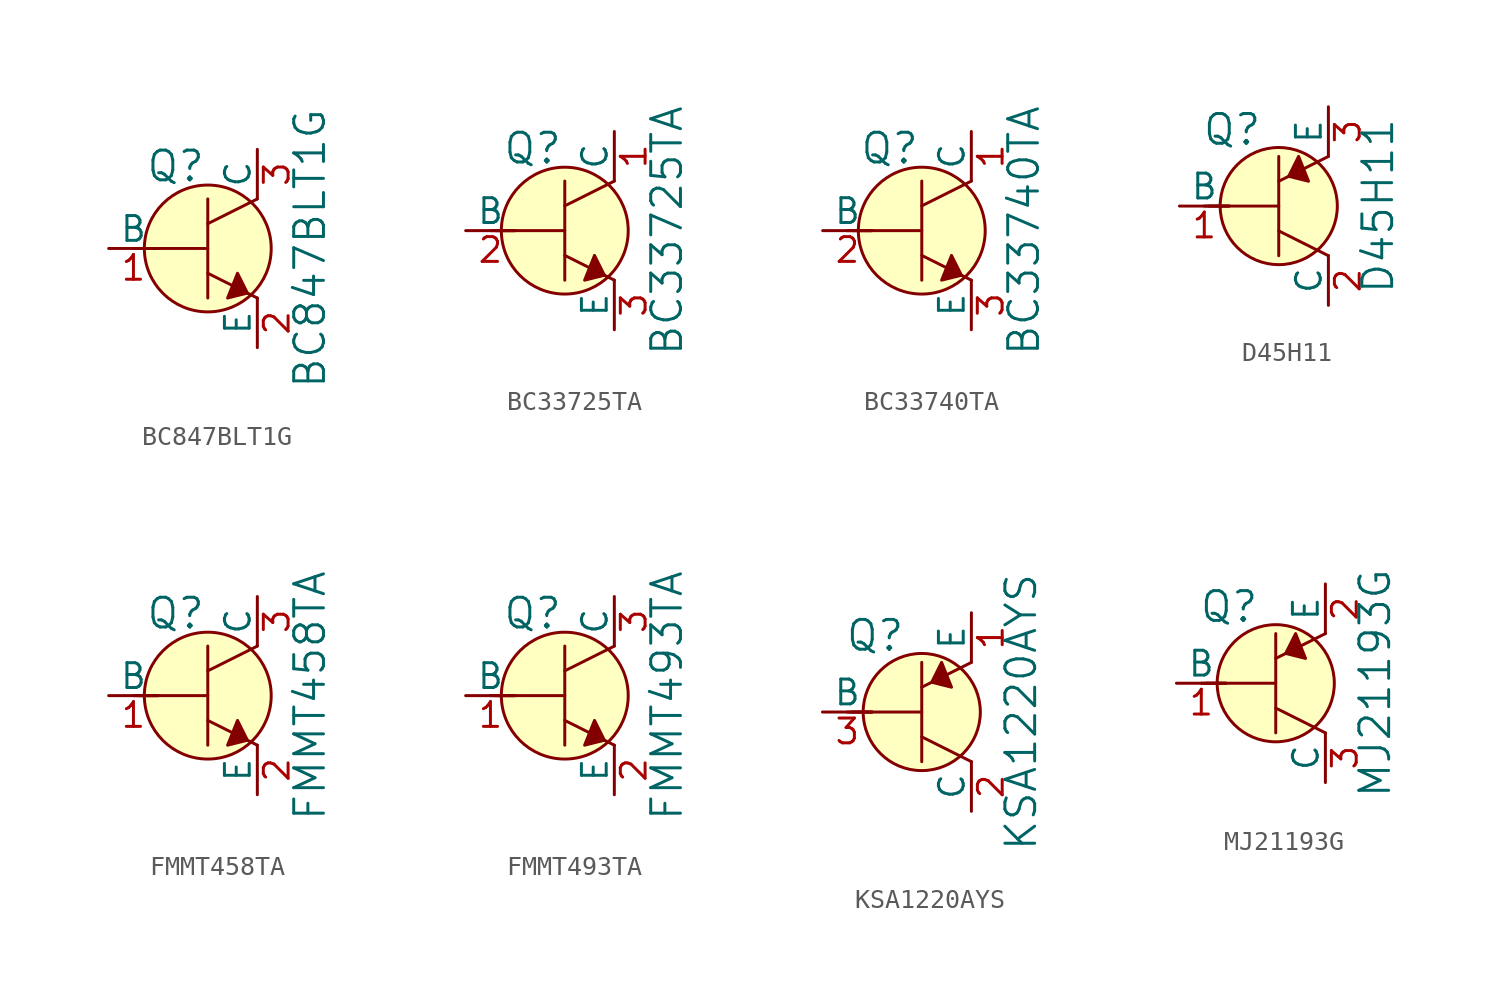
<source format=kicad_sym>
(kicad_symbol_lib
  (version 20220914)
  (generator kicad_symbol_editor)
  (symbol "BC847BLT1G"
    (pin_names
      (offset 0))
    (property "Reference" "Q"
      (at -3.2 4.216 0)
      (effects (font (size 1.524 1.524)) (justify left)))
    (property "Value" "BC847BLT1G"
      (at 5.232 0 90)
      (effects (font (size 1.524 1.524))))
    (symbol "BC847BLT1G_0_1"
      (polyline (pts (xy -3.81 0) (xy -2.54 0)) (stroke (width 0) (type solid)) (fill (type none)))
      (polyline (pts (xy -3.556 0) (xy 0 0)) (stroke (width 0) (type solid)) (fill (type none)))
      (polyline (pts (xy 0 -1.27) (xy 2.54 -2.54)) (stroke (width 0) (type solid)) (fill (type none)))
      (polyline (pts (xy 0 1.27) (xy 2.54 2.54)) (stroke (width 0) (type solid)) (fill (type none)))
      (polyline (pts (xy 0 2.54) (xy 0 -2.54)) (stroke (width 0) (type solid)) (fill (type none)))
      (polyline (pts (xy 1.524 -1.27) (xy 2.032 -2.286) (xy 1.016 -2.54) (xy 1.524 -1.27)) (stroke (width 0) (type solid)) (fill (type outline)))
      (circle (center 0 0) (radius 3.251) (stroke (width 0) (type solid)) (fill (type background))))
    (symbol "BC847BLT1G_1_1"
      (pin input line (at -5.08 0 0) (length 2.54) (name "B" (effects (font (size 1.27 1.27)))) (number "1" (effects (font (size 1.27 1.27)))))
      (pin passive line (at 2.54 -5.08 90) (length 2.54) (name "E" (effects (font (size 1.27 1.27)))) (number "2" (effects (font (size 1.27 1.27)))))
      (pin passive line (at 2.54 5.08 270) (length 2.54) (name "C" (effects (font (size 1.27 1.27)))) (number "3" (effects (font (size 1.27 1.27)))))))
  (symbol "BC33725TA"
    (pin_names
      (offset 0))
    (property "Reference" "Q"
      (at -3.2 4.216 0)
      (effects (font (size 1.524 1.524)) (justify left)))
    (property "Value" "BC33725TA"
      (at 5.232 0 90)
      (effects (font (size 1.524 1.524))))
    (symbol "BC33725TA_0_1"
      (polyline (pts (xy -3.81 0) (xy -2.54 0)) (stroke (width 0) (type solid)) (fill (type none)))
      (polyline (pts (xy -3.556 0) (xy 0 0)) (stroke (width 0) (type solid)) (fill (type none)))
      (polyline (pts (xy 0 -1.27) (xy 2.54 -2.54)) (stroke (width 0) (type solid)) (fill (type none)))
      (polyline (pts (xy 0 1.27) (xy 2.54 2.54)) (stroke (width 0) (type solid)) (fill (type none)))
      (polyline (pts (xy 0 2.54) (xy 0 -2.54)) (stroke (width 0) (type solid)) (fill (type none)))
      (polyline (pts (xy 1.524 -1.27) (xy 2.032 -2.286) (xy 1.016 -2.54) (xy 1.524 -1.27)) (stroke (width 0) (type solid)) (fill (type outline)))
      (circle (center 0 0) (radius 3.251) (stroke (width 0) (type solid)) (fill (type background))))
    (symbol "BC33725TA_1_1"
      (pin passive line (at 2.54 5.08 270) (length 2.54) (name "C" (effects (font (size 1.27 1.27)))) (number "1" (effects (font (size 1.27 1.27)))))
      (pin input line (at -5.08 0 0) (length 2.54) (name "B" (effects (font (size 1.27 1.27)))) (number "2" (effects (font (size 1.27 1.27)))))
      (pin passive line (at 2.54 -5.08 90) (length 2.54) (name "E" (effects (font (size 1.27 1.27)))) (number "3" (effects (font (size 1.27 1.27)))))))
  (symbol "BC33740TA"
    (pin_names
      (offset 0))
    (property "Reference" "Q"
      (at -3.2 4.216 0)
      (effects (font (size 1.524 1.524)) (justify left)))
    (property "Value" "BC33740TA"
      (at 5.232 0 90)
      (effects (font (size 1.524 1.524))))
    (symbol "BC33740TA_0_1"
      (polyline (pts (xy -3.81 0) (xy -2.54 0)) (stroke (width 0) (type solid)) (fill (type none)))
      (polyline (pts (xy -3.556 0) (xy 0 0)) (stroke (width 0) (type solid)) (fill (type none)))
      (polyline (pts (xy 0 -1.27) (xy 2.54 -2.54)) (stroke (width 0) (type solid)) (fill (type none)))
      (polyline (pts (xy 0 1.27) (xy 2.54 2.54)) (stroke (width 0) (type solid)) (fill (type none)))
      (polyline (pts (xy 0 2.54) (xy 0 -2.54)) (stroke (width 0) (type solid)) (fill (type none)))
      (polyline (pts (xy 1.524 -1.27) (xy 2.032 -2.286) (xy 1.016 -2.54) (xy 1.524 -1.27)) (stroke (width 0) (type solid)) (fill (type outline)))
      (circle (center 0 0) (radius 3.251) (stroke (width 0) (type solid)) (fill (type background))))
    (symbol "BC33740TA_1_1"
      (pin passive line (at 2.54 5.08 270) (length 2.54) (name "C" (effects (font (size 1.27 1.27)))) (number "1" (effects (font (size 1.27 1.27)))))
      (pin input line (at -5.08 0 0) (length 2.54) (name "B" (effects (font (size 1.27 1.27)))) (number "2" (effects (font (size 1.27 1.27)))))
      (pin passive line (at 2.54 -5.08 90) (length 2.54) (name "E" (effects (font (size 1.27 1.27)))) (number "3" (effects (font (size 1.27 1.27)))))))
  (symbol "D45H11"
    (pin_names
      (offset 0))
    (property "Reference" "Q"
      (at -2.388 3.912 0)
      (effects (font (size 1.524 1.524))))
    (property "Value" "D45H11"
      (at 5.08 0 90)
      (effects (font (size 1.524 1.524))))
    (symbol "D45H11_0_1"
      (polyline (pts (xy -3.81 0) (xy -2.54 0)) (stroke (width 0) (type solid)) (fill (type none)))
      (polyline (pts (xy -3.556 0) (xy 0 0)) (stroke (width 0) (type solid)) (fill (type none)))
      (polyline (pts (xy 0 -1.27) (xy 2.54 -2.54)) (stroke (width 0) (type solid)) (fill (type none)))
      (polyline (pts (xy 0 1.27) (xy 2.54 2.54)) (stroke (width 0) (type solid)) (fill (type none)))
      (polyline (pts (xy 0 2.54) (xy 0 -2.54)) (stroke (width 0) (type solid)) (fill (type none)))
      (polyline (pts (xy 1.016 2.54) (xy 0.508 1.524) (xy 1.524 1.27) (xy 1.016 2.54)) (stroke (width 0) (type solid)) (fill (type outline)))
      (circle (center 0 0) (radius 2.997) (stroke (width 0) (type solid)) (fill (type background))))
    (symbol "D45H11_1_1"
      (pin input line (at -5.08 0 0) (length 2.54) (name "B" (effects (font (size 1.27 1.27)))) (number "1" (effects (font (size 1.27 1.27)))))
      (pin passive line (at 2.54 -5.08 90) (length 2.54) (name "C" (effects (font (size 1.27 1.27)))) (number "2" (effects (font (size 1.27 1.27)))))
      (pin passive line (at 2.54 5.08 270) (length 2.54) (name "E" (effects (font (size 1.27 1.27)))) (number "3" (effects (font (size 1.27 1.27)))))))
  (symbol "FMMT458TA"
    (pin_names
      (offset 0))
    (property "Reference" "Q"
      (at -3.2 4.216 0)
      (effects (font (size 1.524 1.524)) (justify left)))
    (property "Value" "FMMT458TA"
      (at 5.232 0 90)
      (effects (font (size 1.524 1.524))))
    (symbol "FMMT458TA_0_1"
      (polyline (pts (xy -3.81 0) (xy -2.54 0)) (stroke (width 0) (type solid)) (fill (type none)))
      (polyline (pts (xy -3.556 0) (xy 0 0)) (stroke (width 0) (type solid)) (fill (type none)))
      (polyline (pts (xy 0 -1.27) (xy 2.54 -2.54)) (stroke (width 0) (type solid)) (fill (type none)))
      (polyline (pts (xy 0 1.27) (xy 2.54 2.54)) (stroke (width 0) (type solid)) (fill (type none)))
      (polyline (pts (xy 0 2.54) (xy 0 -2.54)) (stroke (width 0) (type solid)) (fill (type none)))
      (polyline (pts (xy 1.524 -1.27) (xy 2.032 -2.286) (xy 1.016 -2.54) (xy 1.524 -1.27)) (stroke (width 0) (type solid)) (fill (type outline)))
      (circle (center 0 0) (radius 3.251) (stroke (width 0) (type solid)) (fill (type background))))
    (symbol "FMMT458TA_1_1"
      (pin input line (at -5.08 0 0) (length 2.54) (name "B" (effects (font (size 1.27 1.27)))) (number "1" (effects (font (size 1.27 1.27)))))
      (pin passive line (at 2.54 -5.08 90) (length 2.54) (name "E" (effects (font (size 1.27 1.27)))) (number "2" (effects (font (size 1.27 1.27)))))
      (pin passive line (at 2.54 5.08 270) (length 2.54) (name "C" (effects (font (size 1.27 1.27)))) (number "3" (effects (font (size 1.27 1.27)))))))
  (symbol "FMMT493TA"
    (pin_names
      (offset 0))
    (property "Reference" "Q"
      (at -3.2 4.216 0)
      (effects (font (size 1.524 1.524)) (justify left)))
    (property "Value" "FMMT493TA"
      (at 5.232 0 90)
      (effects (font (size 1.524 1.524))))
    (symbol "FMMT493TA_0_1"
      (polyline (pts (xy -3.81 0) (xy -2.54 0)) (stroke (width 0) (type solid)) (fill (type none)))
      (polyline (pts (xy -3.556 0) (xy 0 0)) (stroke (width 0) (type solid)) (fill (type none)))
      (polyline (pts (xy 0 -1.27) (xy 2.54 -2.54)) (stroke (width 0) (type solid)) (fill (type none)))
      (polyline (pts (xy 0 1.27) (xy 2.54 2.54)) (stroke (width 0) (type solid)) (fill (type none)))
      (polyline (pts (xy 0 2.54) (xy 0 -2.54)) (stroke (width 0) (type solid)) (fill (type none)))
      (polyline (pts (xy 1.524 -1.27) (xy 2.032 -2.286) (xy 1.016 -2.54) (xy 1.524 -1.27)) (stroke (width 0) (type solid)) (fill (type outline)))
      (circle (center 0 0) (radius 3.251) (stroke (width 0) (type solid)) (fill (type background))))
    (symbol "FMMT493TA_1_1"
      (pin input line (at -5.08 0 0) (length 2.54) (name "B" (effects (font (size 1.27 1.27)))) (number "1" (effects (font (size 1.27 1.27)))))
      (pin passive line (at 2.54 -5.08 90) (length 2.54) (name "E" (effects (font (size 1.27 1.27)))) (number "2" (effects (font (size 1.27 1.27)))))
      (pin passive line (at 2.54 5.08 270) (length 2.54) (name "C" (effects (font (size 1.27 1.27)))) (number "3" (effects (font (size 1.27 1.27)))))))
  (symbol "KSA1220AYS"
    (pin_names
      (offset 0))
    (property "Reference" "Q"
      (at -2.388 3.912 0)
      (effects (font (size 1.524 1.524))))
    (property "Value" "KSA1220AYS"
      (at 5.08 0 90)
      (effects (font (size 1.524 1.524))))
    (symbol "KSA1220AYS_0_1"
      (polyline (pts (xy -3.81 0) (xy -2.54 0)) (stroke (width 0) (type solid)) (fill (type none)))
      (polyline (pts (xy -3.556 0) (xy 0 0)) (stroke (width 0) (type solid)) (fill (type none)))
      (polyline (pts (xy 0 -1.27) (xy 2.54 -2.54)) (stroke (width 0) (type solid)) (fill (type none)))
      (polyline (pts (xy 0 1.27) (xy 2.54 2.54)) (stroke (width 0) (type solid)) (fill (type none)))
      (polyline (pts (xy 0 2.54) (xy 0 -2.54)) (stroke (width 0) (type solid)) (fill (type none)))
      (polyline (pts (xy 1.016 2.54) (xy 0.508 1.524) (xy 1.524 1.27) (xy 1.016 2.54)) (stroke (width 0) (type solid)) (fill (type outline)))
      (circle (center 0 0) (radius 2.997) (stroke (width 0) (type solid)) (fill (type background))))
    (symbol "KSA1220AYS_1_1"
      (pin passive line (at 2.54 5.08 270) (length 2.54) (name "E" (effects (font (size 1.27 1.27)))) (number "1" (effects (font (size 1.27 1.27)))))
      (pin passive line (at 2.54 -5.08 90) (length 2.54) (name "C" (effects (font (size 1.27 1.27)))) (number "2" (effects (font (size 1.27 1.27)))))
      (pin input line (at -5.08 0 0) (length 2.54) (name "B" (effects (font (size 1.27 1.27)))) (number "3" (effects (font (size 1.27 1.27)))))))
  (symbol "MJ21193G"
    (pin_names
      (offset 0))
    (property "Reference" "Q"
      (at -2.388 3.912 0)
      (effects (font (size 1.524 1.524))))
    (property "Value" "MJ21193G"
      (at 5.08 0 90)
      (effects (font (size 1.524 1.524))))
    (symbol "MJ21193G_0_1"
      (polyline (pts (xy -3.81 0) (xy -2.54 0)) (stroke (width 0) (type solid)) (fill (type none)))
      (polyline (pts (xy -3.556 0) (xy 0 0)) (stroke (width 0) (type solid)) (fill (type none)))
      (polyline (pts (xy 0 -1.27) (xy 2.54 -2.54)) (stroke (width 0) (type solid)) (fill (type none)))
      (polyline (pts (xy 0 1.27) (xy 2.54 2.54)) (stroke (width 0) (type solid)) (fill (type none)))
      (polyline (pts (xy 0 2.54) (xy 0 -2.54)) (stroke (width 0) (type solid)) (fill (type none)))
      (polyline (pts (xy 1.016 2.54) (xy 0.508 1.524) (xy 1.524 1.27) (xy 1.016 2.54)) (stroke (width 0) (type solid)) (fill (type outline)))
      (circle (center 0 0) (radius 2.997) (stroke (width 0) (type solid)) (fill (type background))))
    (symbol "MJ21193G_1_1"
      (pin input line (at -5.08 0 0) (length 2.54) (name "B" (effects (font (size 1.27 1.27)))) (number "1" (effects (font (size 1.27 1.27)))))
      (pin passive line (at 2.54 5.08 270) (length 2.54) (name "E" (effects (font (size 1.27 1.27)))) (number "2" (effects (font (size 1.27 1.27)))))
      (pin passive line (at 2.54 -5.08 90) (length 2.54) (name "C" (effects (font (size 1.27 1.27)))) (number "3" (effects (font (size 1.27 1.27))))))))
</source>
